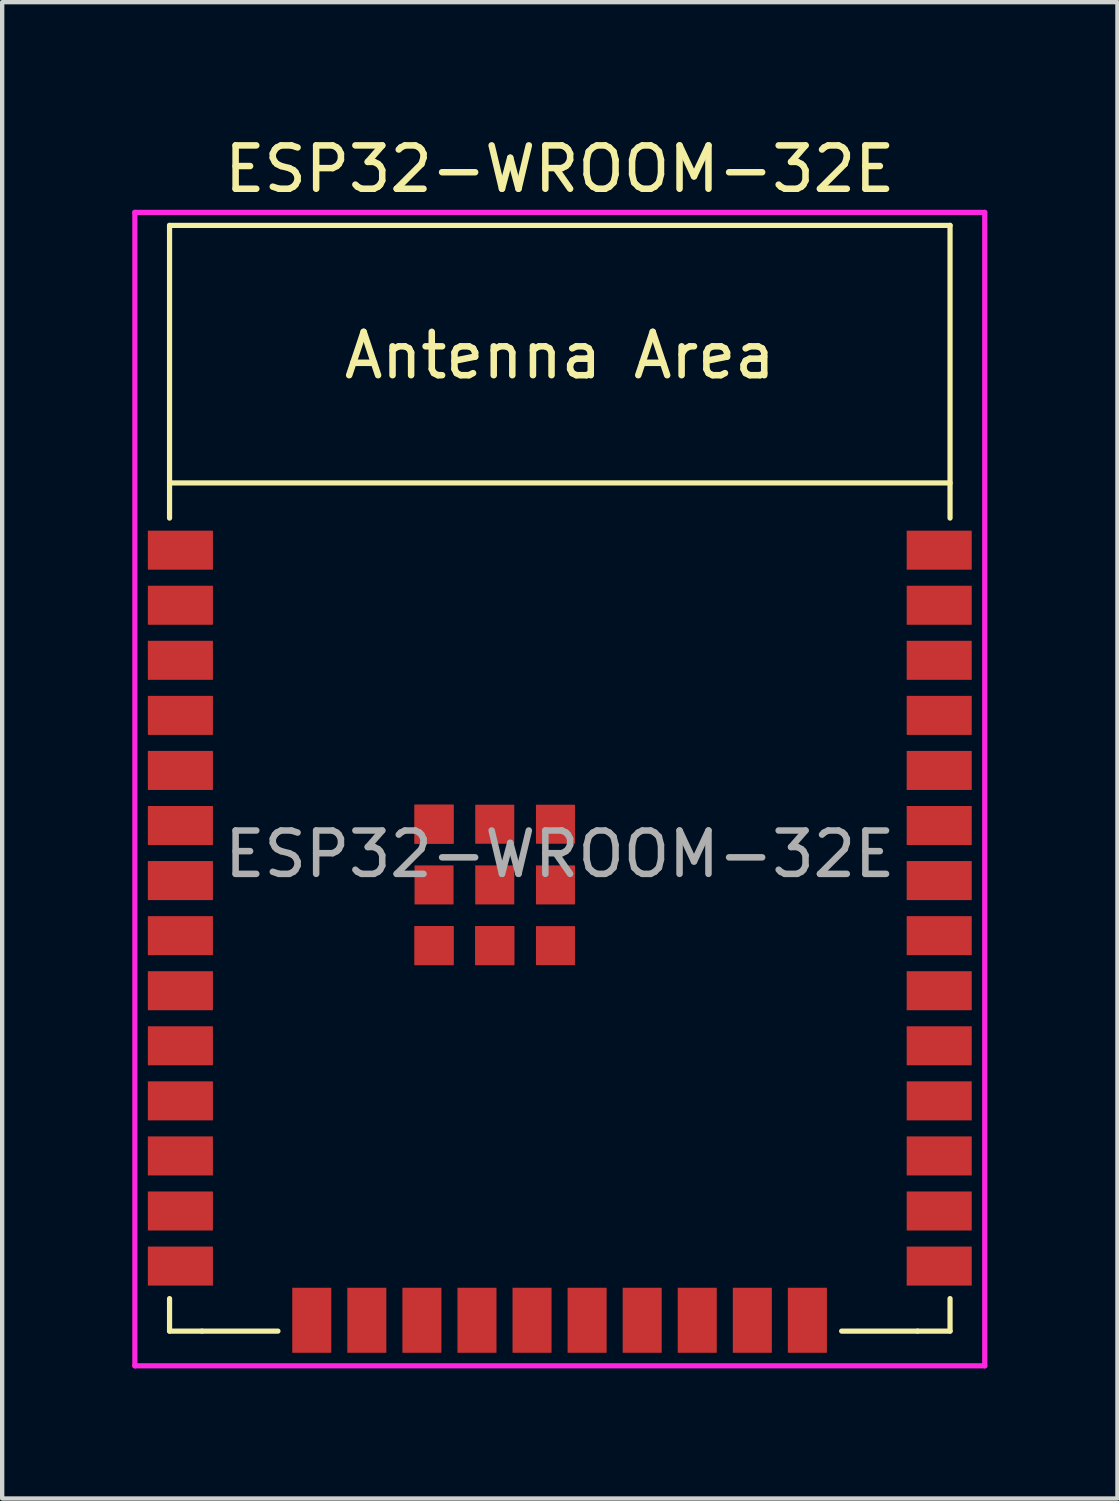
<source format=kicad_pcb>
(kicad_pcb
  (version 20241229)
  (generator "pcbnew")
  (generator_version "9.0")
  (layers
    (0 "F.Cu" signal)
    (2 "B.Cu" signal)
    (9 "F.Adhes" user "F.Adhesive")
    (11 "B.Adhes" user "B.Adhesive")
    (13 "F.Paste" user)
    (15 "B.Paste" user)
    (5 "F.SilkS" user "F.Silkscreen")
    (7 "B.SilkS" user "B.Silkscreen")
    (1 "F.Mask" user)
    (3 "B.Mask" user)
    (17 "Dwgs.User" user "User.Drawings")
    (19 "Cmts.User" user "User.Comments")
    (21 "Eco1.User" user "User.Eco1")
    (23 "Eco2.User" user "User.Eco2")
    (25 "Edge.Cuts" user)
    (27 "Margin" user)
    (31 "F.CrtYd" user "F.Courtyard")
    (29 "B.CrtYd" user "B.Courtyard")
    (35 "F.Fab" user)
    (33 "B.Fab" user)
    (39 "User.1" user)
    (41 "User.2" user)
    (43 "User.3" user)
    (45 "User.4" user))
  (footprint "ESP32-WROOM-32E"
    (layer "F.Cu")
    (at 9.86 16.648)
    (property "Reference" "ESP32-WROOM-32E" (at 0 -15.8 0) (layer "F.SilkS") (effects (font (size 1 1) (thickness 0.15))))
    (attr smd)
    (fp_line (start -9 -14.5) (end -9 -7.75) (stroke (width 0.12) (type solid)) (layer "F.SilkS"))
    (fp_line (start -9 -14.5) (end 9 -14.5) (stroke (width 0.12) (type solid)) (layer "F.SilkS"))
    (fp_line (start -9 10.25) (end -9 11) (stroke (width 0.12) (type solid)) (layer "F.SilkS"))
    (fp_line (start -9 11) (end -8.25 11) (stroke (width 0.12) (type solid)) (layer "F.SilkS"))
    (fp_line (start -8.25 11) (end -6.5 11) (stroke (width 0.12) (type solid)) (layer "F.SilkS"))
    (fp_line (start 8.25 11) (end 6.5 11) (stroke (width 0.12) (type solid)) (layer "F.SilkS"))
    (fp_line (start 9 -14.5) (end 9 -7.75) (stroke (width 0.12) (type solid)) (layer "F.SilkS"))
    (fp_line (start 9 -8.56) (end -9 -8.56) (stroke (width 0.12) (type solid)) (layer "F.SilkS"))
    (fp_line (start 9 10.25) (end 9 11) (stroke (width 0.12) (type solid)) (layer "F.SilkS"))
    (fp_line (start 9 11) (end 8.25 11) (stroke (width 0.12) (type solid)) (layer "F.SilkS"))
    (fp_line (start -9 -14.5) (end 9 -14.5) (stroke (width 0.12) (type solid)) (layer "Eco2.User"))
    (fp_line (start -9 -8.56) (end 9 -8.56) (stroke (width 0.12) (type solid)) (layer "Eco2.User"))
    (fp_line (start -9 11) (end -9 -14.5) (stroke (width 0.12) (type solid)) (layer "Eco2.User"))
    (fp_line (start 9 -14.5) (end 9 11) (stroke (width 0.12) (type solid)) (layer "Eco2.User"))
    (fp_line (start 9 11) (end -9 11) (stroke (width 0.12) (type solid)) (layer "Eco2.User"))
    (fp_line (start -9.8 -14.8) (end -9.8 11.8) (stroke (width 0.12) (type solid)) (layer "F.CrtYd"))
    (fp_line (start -9.8 11.8) (end 9.8 11.8) (stroke (width 0.12) (type solid)) (layer "F.CrtYd"))
    (fp_line (start 9.8 -14.8) (end -9.8 -14.8) (stroke (width 0.12) (type solid)) (layer "F.CrtYd"))
    (fp_line (start 9.8 -14.8) (end 9.8 11.8) (stroke (width 0.12) (type solid)) (layer "F.CrtYd"))
    (fp_text user "Antenna Area" (at 0 -11.5 0) (layer "F.SilkS") (effects (font (size 1 1) (thickness 0.15))))
    (fp_text user "Antenna Area" (at 0 -11.5 0) (layer "Eco2.User") (effects (font (size 1 1) (thickness 0.15))))
    (fp_text user "${REFERENCE}" (at 0 0 0) (layer "F.Fab") (effects (font (size 1 1) (thickness 0.15))))
    (pad "1" smd rect (at -8.75 -7.01) (size 1.5 0.9) (layers "F.Cu" "F.Mask" "F.Paste"))
    (pad "2" smd rect (at -8.75 -5.74) (size 1.5 0.9) (layers "F.Cu" "F.Mask" "F.Paste"))
    (pad "3" smd rect (at -8.75 -4.47) (size 1.5 0.9) (layers "F.Cu" "F.Mask" "F.Paste"))
    (pad "4" smd rect (at -8.75 -3.2) (size 1.5 0.9) (layers "F.Cu" "F.Mask" "F.Paste"))
    (pad "5" smd rect (at -8.75 -1.93) (size 1.5 0.9) (layers "F.Cu" "F.Mask" "F.Paste"))
    (pad "6" smd rect (at -8.75 -0.66) (size 1.5 0.9) (layers "F.Cu" "F.Mask" "F.Paste"))
    (pad "7" smd rect (at -8.75 0.61) (size 1.5 0.9) (layers "F.Cu" "F.Mask" "F.Paste"))
    (pad "8" smd rect (at -8.75 1.88) (size 1.5 0.9) (layers "F.Cu" "F.Mask" "F.Paste"))
    (pad "9" smd rect (at -8.75 3.15) (size 1.5 0.9) (layers "F.Cu" "F.Mask" "F.Paste"))
    (pad "10" smd rect (at -8.75 4.42) (size 1.5 0.9) (layers "F.Cu" "F.Mask" "F.Paste"))
    (pad "11" smd rect (at -8.75 5.69) (size 1.5 0.9) (layers "F.Cu" "F.Mask" "F.Paste"))
    (pad "12" smd rect (at -8.75 6.96) (size 1.5 0.9) (layers "F.Cu" "F.Mask" "F.Paste"))
    (pad "13" smd rect (at -8.75 8.23) (size 1.5 0.9) (layers "F.Cu" "F.Mask" "F.Paste"))
    (pad "14" smd rect (at -8.75 9.5) (size 1.5 0.9) (layers "F.Cu" "F.Mask" "F.Paste"))
    (pad "15" smd rect (at -5.72 10.75 90) (size 1.5 0.9) (layers "F.Cu" "F.Mask" "F.Paste"))
    (pad "16" smd rect (at -4.45 10.75 90) (size 1.5 0.9) (layers "F.Cu" "F.Mask" "F.Paste"))
    (pad "17" smd rect (at -3.18 10.75 90) (size 1.5 0.9) (layers "F.Cu" "F.Mask" "F.Paste"))
    (pad "18" smd rect (at -1.91 10.75 90) (size 1.5 0.9) (layers "F.Cu" "F.Mask" "F.Paste"))
    (pad "19" smd rect (at -0.64 10.75 90) (size 1.5 0.9) (layers "F.Cu" "F.Mask" "F.Paste"))
    (pad "20" smd rect (at 0.63 10.75 90) (size 1.5 0.9) (layers "F.Cu" "F.Mask" "F.Paste"))
    (pad "21" smd rect (at 1.9 10.75 90) (size 1.5 0.9) (layers "F.Cu" "F.Mask" "F.Paste"))
    (pad "22" smd rect (at 3.17 10.75 90) (size 1.5 0.9) (layers "F.Cu" "F.Mask" "F.Paste"))
    (pad "23" smd rect (at 4.44 10.75 90) (size 1.5 0.9) (layers "F.Cu" "F.Mask" "F.Paste"))
    (pad "24" smd rect (at 5.71 10.75 90) (size 1.5 0.9) (layers "F.Cu" "F.Mask" "F.Paste"))
    (pad "25" smd rect (at 8.75 9.5 180) (size 1.5 0.9) (layers "F.Cu" "F.Mask" "F.Paste"))
    (pad "26" smd rect (at 8.75 8.23 180) (size 1.5 0.9) (layers "F.Cu" "F.Mask" "F.Paste"))
    (pad "27" smd rect (at 8.75 6.96 180) (size 1.5 0.9) (layers "F.Cu" "F.Mask" "F.Paste"))
    (pad "28" smd rect (at 8.75 5.69 180) (size 1.5 0.9) (layers "F.Cu" "F.Mask" "F.Paste"))
    (pad "29" smd rect (at 8.75 4.42 180) (size 1.5 0.9) (layers "F.Cu" "F.Mask" "F.Paste"))
    (pad "30" smd rect (at 8.75 3.15 180) (size 1.5 0.9) (layers "F.Cu" "F.Mask" "F.Paste"))
    (pad "31" smd rect (at 8.75 1.88 180) (size 1.5 0.9) (layers "F.Cu" "F.Mask" "F.Paste"))
    (pad "32" smd rect (at 8.75 0.61 180) (size 1.5 0.9) (layers "F.Cu" "F.Mask" "F.Paste"))
    (pad "33" smd rect (at 8.75 -0.66 180) (size 1.5 0.9) (layers "F.Cu" "F.Mask" "F.Paste"))
    (pad "34" smd rect (at 8.75 -1.93 180) (size 1.5 0.9) (layers "F.Cu" "F.Mask" "F.Paste"))
    (pad "35" smd rect (at 8.75 -3.2 180) (size 1.5 0.9) (layers "F.Cu" "F.Mask" "F.Paste"))
    (pad "36" smd rect (at 8.75 -4.47 180) (size 1.5 0.9) (layers "F.Cu" "F.Mask" "F.Paste"))
    (pad "37" smd rect (at 8.75 -5.74 180) (size 1.5 0.9) (layers "F.Cu" "F.Mask" "F.Paste"))
    (pad "38" smd rect (at 8.75 -7.01 180) (size 1.5 0.9) (layers "F.Cu" "F.Mask" "F.Paste"))
    (pad "39" smd rect (at -2.9 -0.69 180) (size 0.9 0.9) (layers "F.Cu" "F.Mask" "F.Paste"))
    (pad "39" smd rect (at -2.9 -0.69 180) (size 0.9 0.9) (layers "F.Cu" "F.Mask" "F.Paste"))
    (pad "39" smd rect (at -2.9 0.71 180) (size 0.9 0.9) (layers "F.Cu" "F.Mask" "F.Paste"))
    (pad "39" smd rect (at -2.9 2.11 180) (size 0.9 0.9) (layers "F.Cu" "F.Mask" "F.Paste"))
    (pad "39" smd rect (at -2.9 2.11 180) (size 0.9 0.9) (layers "F.Cu" "F.Mask" "F.Paste"))
    (pad "39" smd rect (at -1.5 -0.69 180) (size 0.9 0.9) (layers "F.Cu" "F.Mask" "F.Paste"))
    (pad "39" smd rect (at -1.5 0.71 180) (size 0.9 0.9) (layers "F.Cu" "F.Mask" "F.Paste"))
    (pad "39" smd rect (at -1.5 2.11 180) (size 0.9 0.9) (layers "F.Cu" "F.Mask" "F.Paste"))
    (pad "39" smd rect (at -1.5 2.11 180) (size 0.9 0.9) (layers "F.Cu" "F.Mask" "F.Paste"))
    (pad "39" smd rect (at -0.1 -0.69 180) (size 0.9 0.9) (layers "F.Cu" "F.Mask" "F.Paste"))
    (pad "39" smd rect (at -0.1 0.71 180) (size 0.9 0.9) (layers "F.Cu" "F.Mask" "F.Paste"))
    (pad "39" smd rect (at -0.1 2.11 180) (size 0.9 0.9) (layers "F.Cu" "F.Mask" "F.Paste"))
    (zone (net_name "") (layers "F.Cu" "B.Cu") (name "antenna keepout") (hatch edge 0.508) (connect_pads) (min_thickness 0.254) (filled_areas_thickness no) (keepout (tracks not_allowed) (vias not_allowed) (pads not_allowed) (copperpour not_allowed) (footprints not_allowed)) (placement (enabled no)) (fill) (polygon (pts (xy 18.86 8.098) (xy 0.86 8.098) (xy 0.86 2.148) (xy 18.86 2.148)))))
  (gr_rect
    (start -3 -3)
    (end 22.72 31.508)
    (stroke (width 0.1) (type default))
    (fill no)
    (layer "Edge.Cuts")))
</source>
